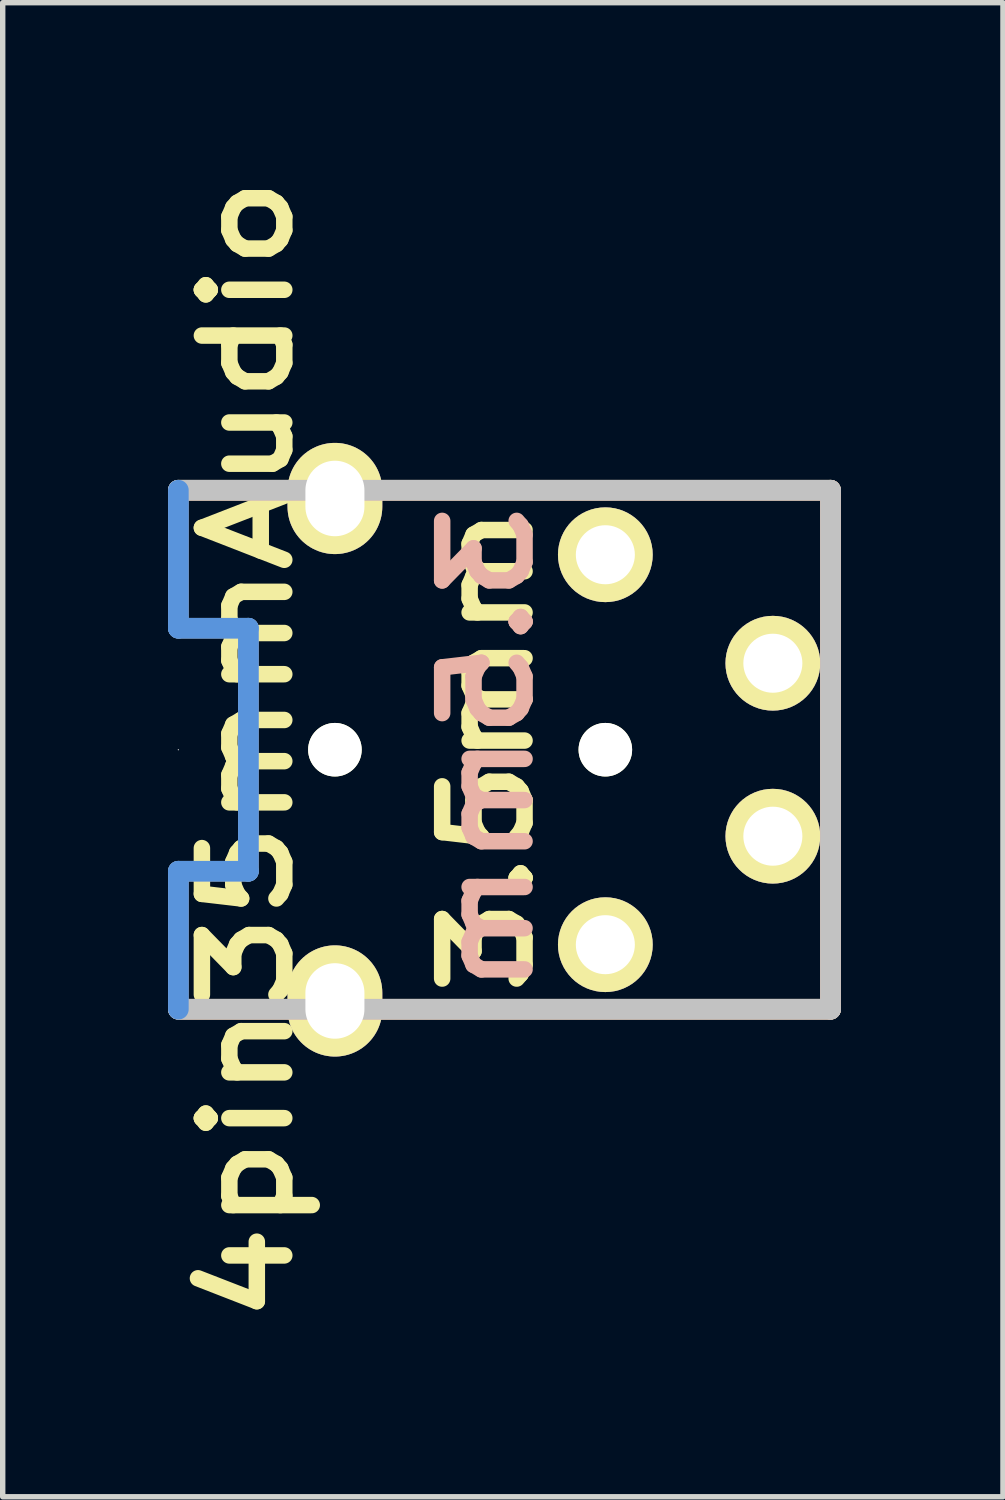
<source format=kicad_pcb>
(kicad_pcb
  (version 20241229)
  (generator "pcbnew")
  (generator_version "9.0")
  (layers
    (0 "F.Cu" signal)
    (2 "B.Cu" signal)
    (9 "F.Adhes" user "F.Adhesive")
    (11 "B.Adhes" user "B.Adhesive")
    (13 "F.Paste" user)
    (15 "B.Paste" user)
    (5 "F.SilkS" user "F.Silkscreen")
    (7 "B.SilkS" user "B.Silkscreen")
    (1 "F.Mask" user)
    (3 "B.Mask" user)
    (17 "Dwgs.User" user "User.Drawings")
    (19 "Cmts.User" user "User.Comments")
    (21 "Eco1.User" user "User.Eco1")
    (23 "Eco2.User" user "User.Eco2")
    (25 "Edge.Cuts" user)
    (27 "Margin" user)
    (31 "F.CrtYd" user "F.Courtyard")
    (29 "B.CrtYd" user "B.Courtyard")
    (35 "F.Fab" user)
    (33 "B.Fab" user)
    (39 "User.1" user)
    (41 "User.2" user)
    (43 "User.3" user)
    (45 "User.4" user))
  (footprint "4pin35mmAudio"
    (layer "F.Cu")
    (at 0.25 10.82)
    (property "Reference" "4pin35mmAudio" (at 1.27 0 90) (layer "F.SilkS") (effects (font (size 1.524 1.778) (thickness 0.305))))
    (attr through_hole)
    (fp_line (start 0 -4.801) (end 12.065 -4.801) (stroke (width 0.381) (type solid)) (layer "F.SilkS"))
    (fp_line (start 12.065 -4.801) (end 12.065 4.801) (stroke (width 0.381) (type solid)) (layer "F.SilkS"))
    (fp_line (start 12.065 4.801) (end 0 4.801) (stroke (width 0.381) (type solid)) (layer "F.SilkS"))
    (fp_line (start 0 -4.801) (end 12.065 -4.801) (stroke (width 0.381) (type solid)) (layer "B.SilkS"))
    (fp_line (start 12.065 -4.801) (end 12.065 4.801) (stroke (width 0.381) (type solid)) (layer "B.SilkS"))
    (fp_line (start 12.065 4.801) (end 0 4.801) (stroke (width 0.381) (type solid)) (layer "B.SilkS"))
    (fp_line (start 0 -4.801) (end 0 -2.248) (stroke (width 0.381) (type solid)) (layer "Dwgs.User"))
    (fp_line (start 0 -2.248) (end 1.295 -2.248) (stroke (width 0.381) (type solid)) (layer "Dwgs.User"))
    (fp_line (start 0 0) (end 0 0) (stroke (width 0.025) (type solid)) (layer "Dwgs.User"))
    (fp_line (start 0 2.248) (end 0 4.801) (stroke (width 0.381) (type solid)) (layer "Dwgs.User"))
    (fp_line (start 0 4.801) (end 12.065 4.801) (stroke (width 0.381) (type solid)) (layer "Dwgs.User"))
    (fp_line (start 1.295 -2.248) (end 1.295 2.248) (stroke (width 0.381) (type solid)) (layer "Dwgs.User"))
    (fp_line (start 1.295 2.248) (end 0 2.248) (stroke (width 0.381) (type solid)) (layer "Dwgs.User"))
    (fp_line (start 12.065 -4.801) (end 0 -4.801) (stroke (width 0.381) (type solid)) (layer "Dwgs.User"))
    (fp_line (start 12.065 4.801) (end 12.065 -4.801) (stroke (width 0.381) (type solid)) (layer "Dwgs.User"))
    (fp_line (start 0 -2.248) (end 0 -4.801) (stroke (width 0.381) (type solid)) (layer "Cmts.User"))
    (fp_line (start 0 -2.248) (end 1.295 -2.248) (stroke (width 0.381) (type solid)) (layer "Cmts.User"))
    (fp_line (start 0 4.801) (end 0 2.248) (stroke (width 0.381) (type solid)) (layer "Cmts.User"))
    (fp_line (start 1.295 -2.248) (end 1.295 2.248) (stroke (width 0.381) (type solid)) (layer "Cmts.User"))
    (fp_line (start 1.295 2.248) (end 0 2.248) (stroke (width 0.381) (type solid)) (layer "Cmts.User"))
    (fp_text user "3.5mm" (at 5.715 0 90) (layer "F.SilkS") (effects (font (size 1.524 1.778) (thickness 0.305))))
    (fp_text user "3.5mm" (at 5.715 0 90) (layer "B.SilkS") (effects (font (size 1.524 1.778) (thickness 0.305)) (justify mirror)))
    (pad "" np_thru_hole circle (at 2.896 0) (size 0.991 0.991) (drill 0.991) (layers "*.Cu" "*.Mask" "F.SilkS"))
    (pad "" np_thru_hole circle (at 7.899 0) (size 0.991 0.991) (drill 0.991) (layers "*.Cu" "*.Mask" "F.SilkS"))
    (pad "1" thru_hole oval (at 2.896 -4.648) (size 1.753 2.057) (drill oval 1.092 1.397) (layers "*.Cu" "*.Mask" "F.SilkS"))
    (pad "2" thru_hole circle (at 7.899 3.607) (size 1.753 1.753) (drill 1.092) (layers "*.Cu" "*.Mask" "F.SilkS"))
    (pad "3" thru_hole circle (at 10.998 -1.6) (size 1.753 1.753) (drill 1.092) (layers "*.Cu" "*.Mask" "F.SilkS"))
    (pad "4" thru_hole oval (at 2.896 4.648) (size 1.753 2.057) (drill oval 1.092 1.397) (layers "*.Cu" "*.Mask" "F.SilkS"))
    (pad "5" thru_hole circle (at 10.998 1.6) (size 1.753 1.753) (drill 1.092) (layers "*.Cu" "*.Mask" "F.SilkS"))
    (pad "6" thru_hole circle (at 7.899 -3.607) (size 1.753 1.753) (drill 1.092) (layers "*.Cu" "*.Mask" "F.SilkS")))
  (gr_rect
    (start -3 -3)
    (end 15.505 24.641)
    (stroke (width 0.1) (type default))
    (fill no)
    (layer "Edge.Cuts")))
</source>
